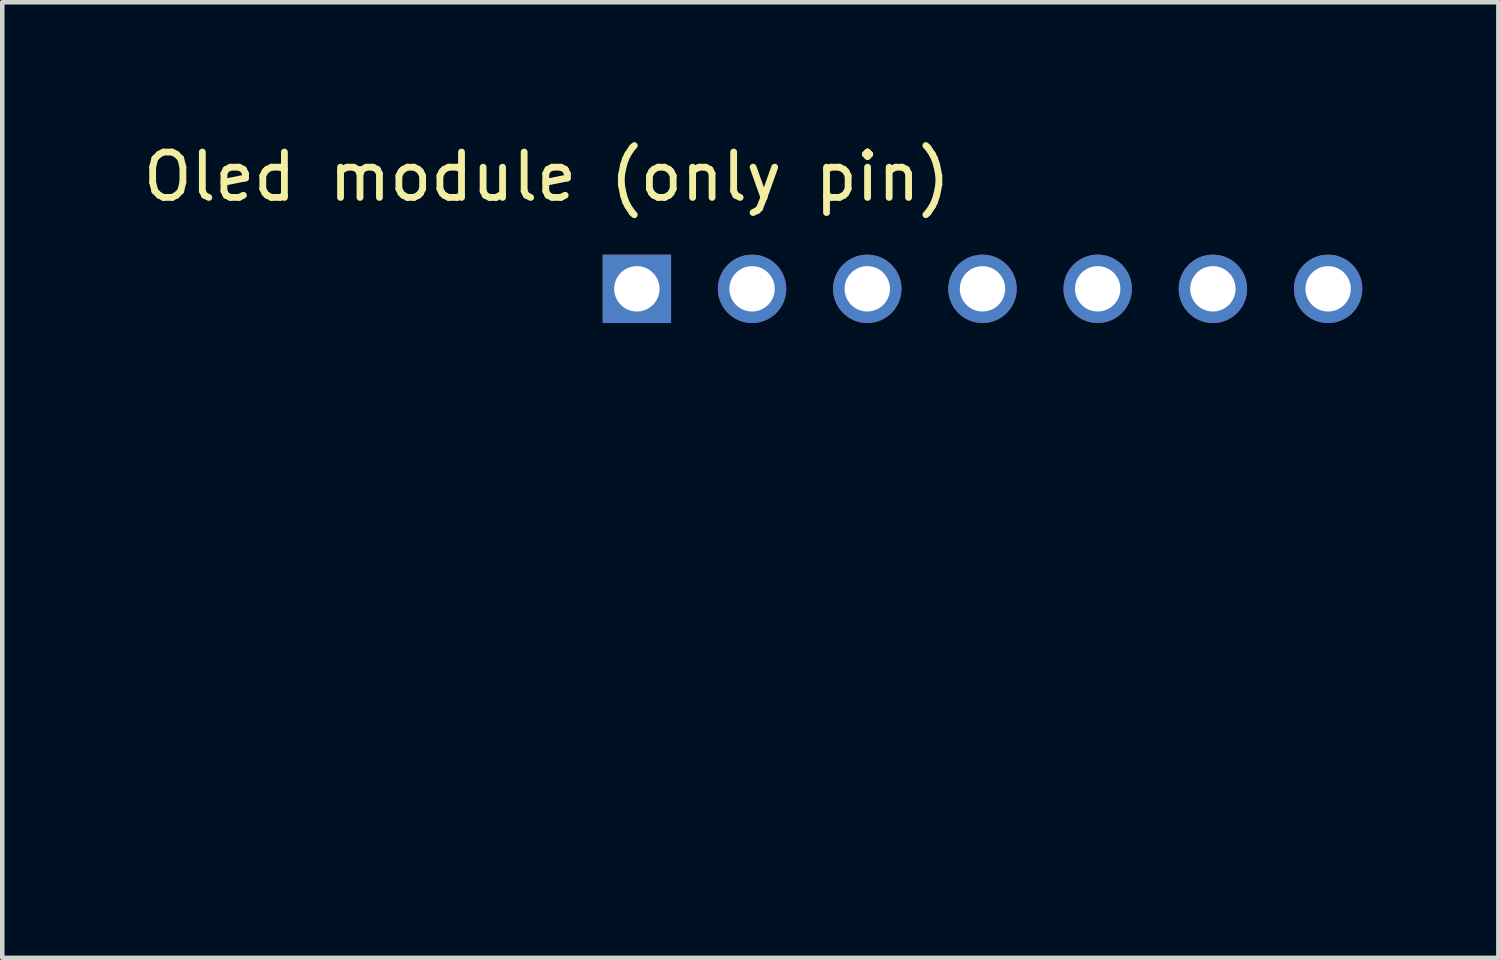
<source format=kicad_pcb>
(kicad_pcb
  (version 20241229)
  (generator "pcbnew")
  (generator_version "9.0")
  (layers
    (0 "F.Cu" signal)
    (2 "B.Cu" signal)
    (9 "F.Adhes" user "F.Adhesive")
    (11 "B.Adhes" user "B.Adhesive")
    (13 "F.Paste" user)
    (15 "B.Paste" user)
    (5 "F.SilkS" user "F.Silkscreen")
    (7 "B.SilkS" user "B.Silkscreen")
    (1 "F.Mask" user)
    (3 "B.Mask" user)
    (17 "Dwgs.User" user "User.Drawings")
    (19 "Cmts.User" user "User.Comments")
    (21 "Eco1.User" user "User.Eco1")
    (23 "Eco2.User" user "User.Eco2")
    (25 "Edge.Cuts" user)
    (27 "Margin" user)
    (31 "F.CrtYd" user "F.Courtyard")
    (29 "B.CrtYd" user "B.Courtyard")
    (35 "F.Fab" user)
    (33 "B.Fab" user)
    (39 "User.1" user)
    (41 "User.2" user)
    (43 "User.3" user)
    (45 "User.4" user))
  (footprint "Oled module (only pin)"
    (layer "F.Cu")
    (at 18.531 14.818)
    (property "Reference" "Oled module (only pin)" (at -9.525 -13.97 0) (layer "F.SilkS") (effects (font (size 1 1) (thickness 0.15))))
    (attr through_hole)
    (pad "1" thru_hole rect (at -7.54 -11.5) (size 1.508 1.508) (drill 1) (layers "*.Cu" "*.Mask"))
    (pad "2" thru_hole circle (at -5 -11.5) (size 1.508 1.508) (drill 1) (layers "*.Cu" "*.Mask"))
    (pad "3" thru_hole circle (at -2.46 -11.5) (size 1.508 1.508) (drill 1) (layers "*.Cu" "*.Mask"))
    (pad "4" thru_hole circle (at 0.08 -11.5) (size 1.508 1.508) (drill 1) (layers "*.Cu" "*.Mask"))
    (pad "5" thru_hole circle (at 2.62 -11.5) (size 1.508 1.508) (drill 1) (layers "*.Cu" "*.Mask"))
    (pad "6" thru_hole circle (at 5.16 -11.5) (size 1.508 1.508) (drill 1) (layers "*.Cu" "*.Mask"))
    (pad "7" thru_hole circle (at 7.7 -11.5) (size 1.508 1.508) (drill 1) (layers "*.Cu" "*.Mask")))
  (gr_rect
    (start -3 -3)
    (end 29.985 18.068)
    (stroke (width 0.1) (type default))
    (fill no)
    (layer "Edge.Cuts")))
</source>
